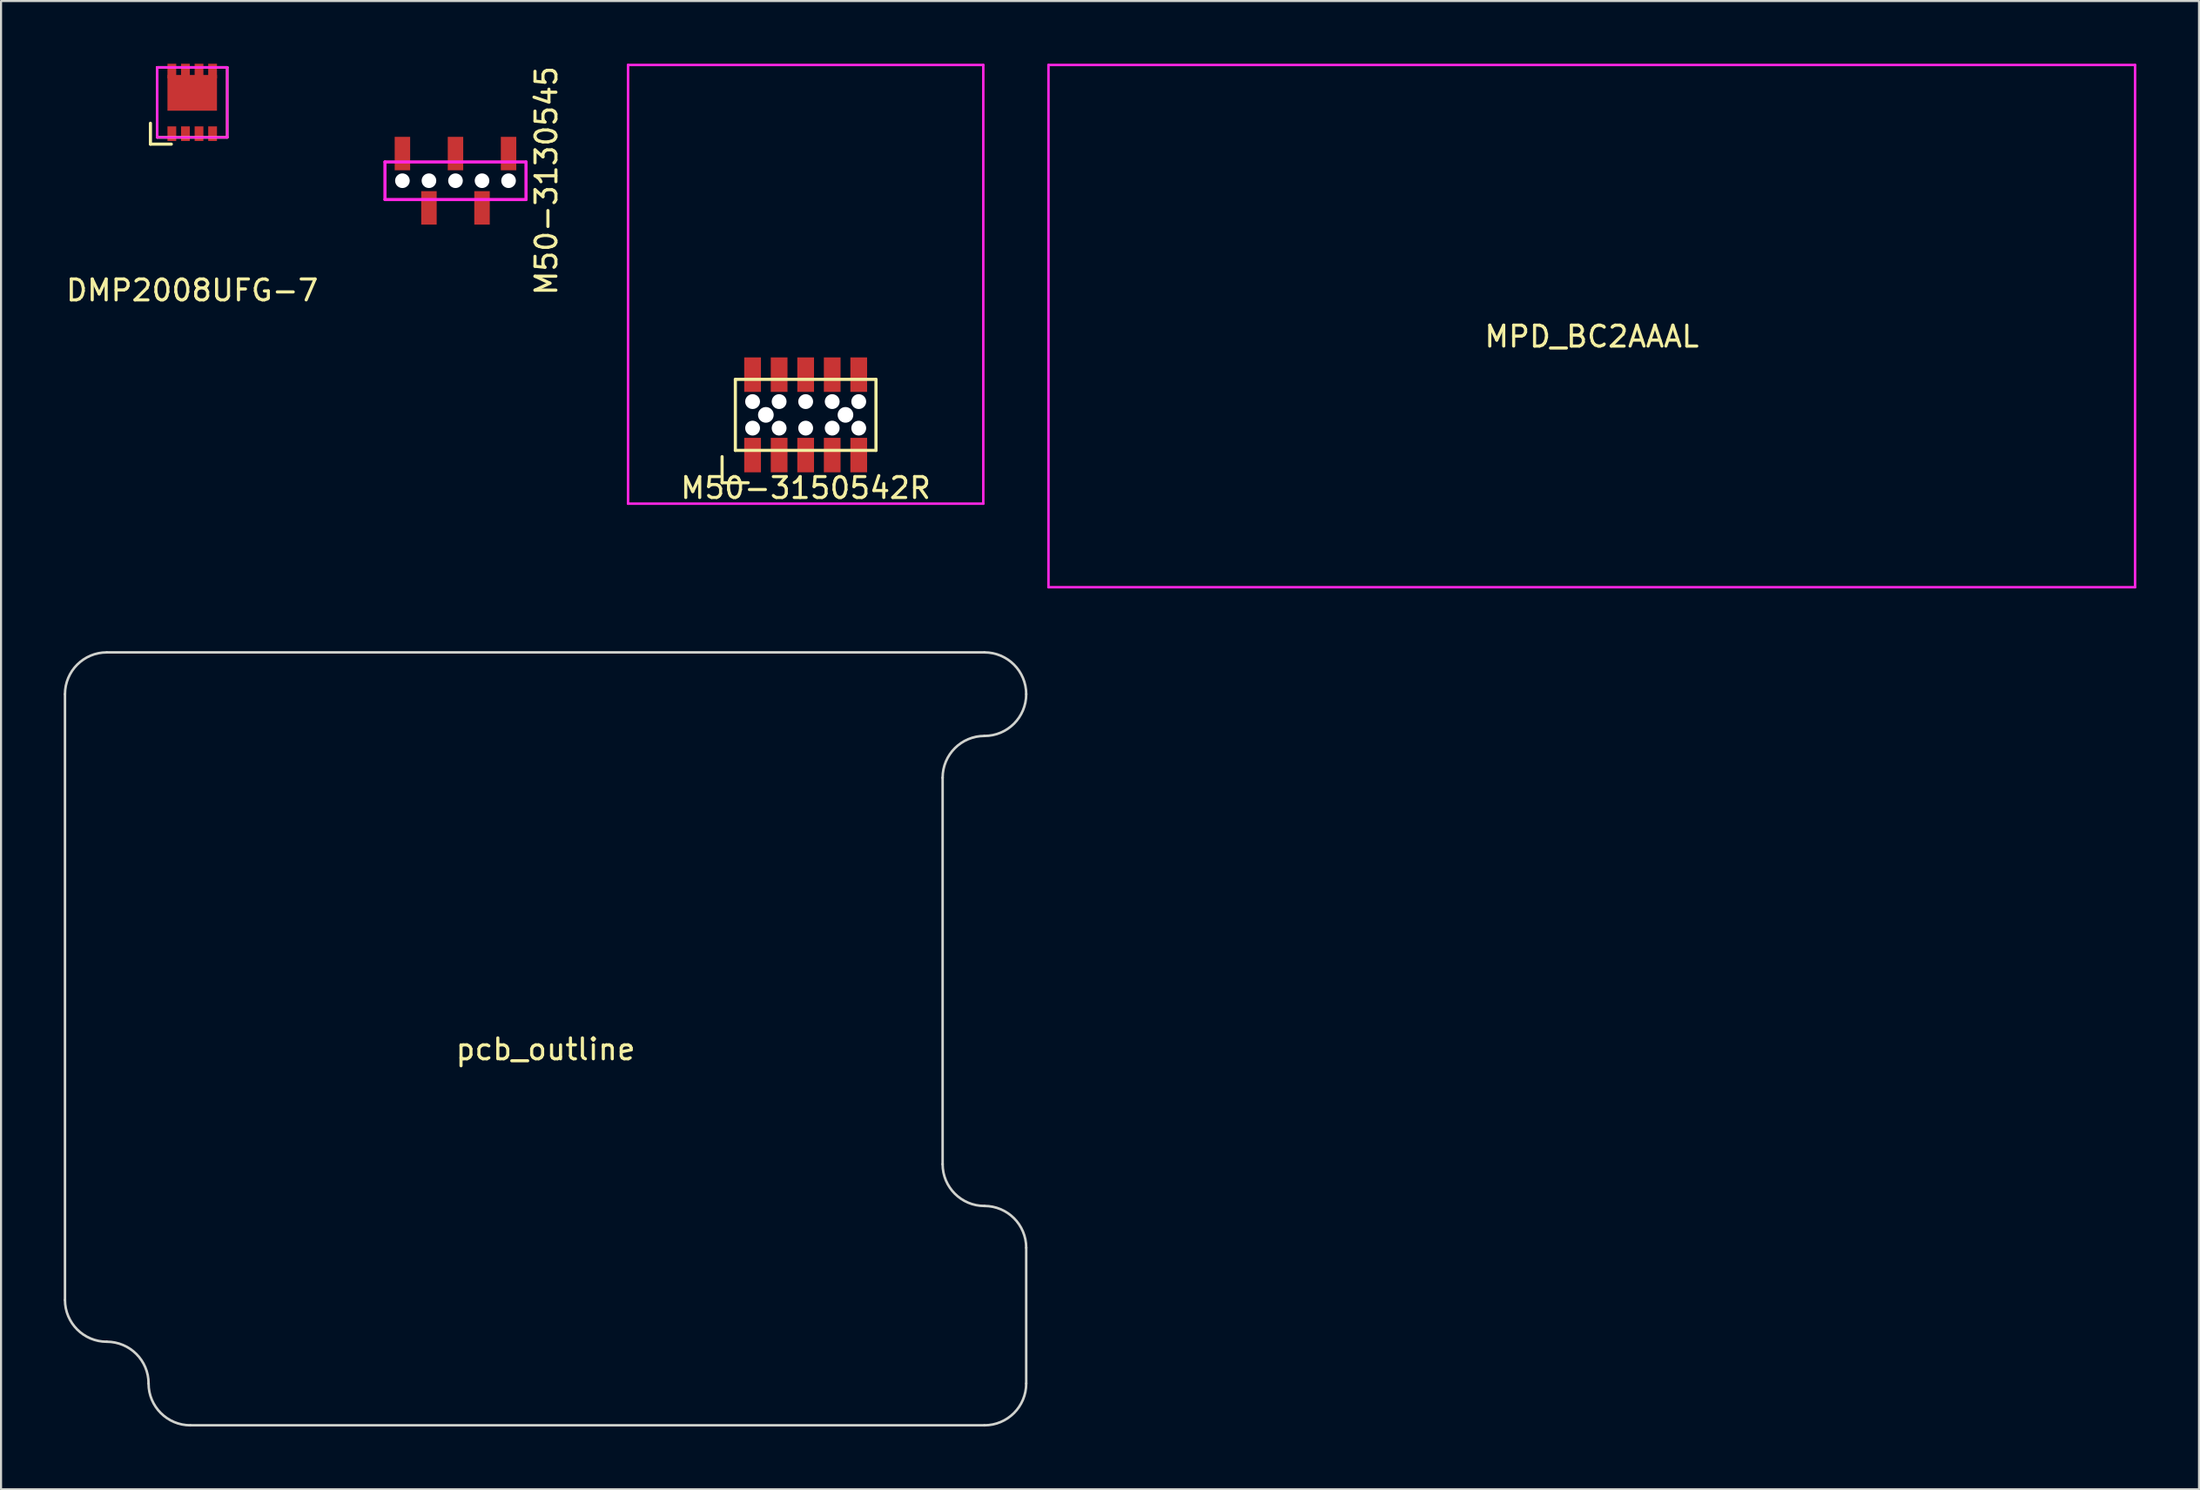
<source format=kicad_pcb>
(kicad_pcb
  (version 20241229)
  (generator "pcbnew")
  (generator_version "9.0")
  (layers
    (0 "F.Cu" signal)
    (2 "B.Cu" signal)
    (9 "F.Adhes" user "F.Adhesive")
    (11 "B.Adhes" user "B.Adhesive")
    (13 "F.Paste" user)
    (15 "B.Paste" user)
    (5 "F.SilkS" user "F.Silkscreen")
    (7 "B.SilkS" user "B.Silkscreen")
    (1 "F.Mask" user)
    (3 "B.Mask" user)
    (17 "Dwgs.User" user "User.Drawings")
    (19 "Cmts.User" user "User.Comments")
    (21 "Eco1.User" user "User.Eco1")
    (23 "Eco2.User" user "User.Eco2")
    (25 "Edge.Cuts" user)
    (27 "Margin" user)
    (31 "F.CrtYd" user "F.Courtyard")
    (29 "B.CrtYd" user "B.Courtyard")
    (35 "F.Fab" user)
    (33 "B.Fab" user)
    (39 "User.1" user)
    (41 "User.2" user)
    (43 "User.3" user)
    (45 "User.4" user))
  (footprint "pcb_outline"
    (layer "F.Cu")
    (at 23.06 46.68)
    (property "Reference" "pcb_outline" (at 0 0.5 0) (layer "F.SilkS") (effects (font (size 1 1) (thickness 0.15))))
    (attr through_hole)
    (fp_line (start -23 12.5) (end -23 -16.5) (stroke (width 0.12) (type solid)) (layer "Edge.Cuts"))
    (fp_line (start -21 -18.5) (end 21 -18.5) (stroke (width 0.12) (type solid)) (layer "Edge.Cuts"))
    (fp_line (start 19 -12.5) (end 19 6) (stroke (width 0.12) (type solid)) (layer "Edge.Cuts"))
    (fp_line (start 21 18.5) (end -17 18.5) (stroke (width 0.12) (type solid)) (layer "Edge.Cuts"))
    (fp_line (start 23 10) (end 23 16.5) (stroke (width 0.12) (type solid)) (layer "Edge.Cuts"))
    (fp_arc (start -23 -16.5) (mid -22.414214 -17.914214) (end -21 -18.5) (stroke (width 0.12) (type solid)) (layer "Edge.Cuts"))
    (fp_arc (start -21 14.5) (mid -22.414214 13.914214) (end -23 12.5) (stroke (width 0.12) (type solid)) (layer "Edge.Cuts"))
    (fp_arc (start -21 14.5) (mid -19.585786 15.085786) (end -19 16.5) (stroke (width 0.12) (type solid)) (layer "Edge.Cuts"))
    (fp_arc (start -17 18.5) (mid -18.414214 17.914214) (end -19 16.5) (stroke (width 0.12) (type solid)) (layer "Edge.Cuts"))
    (fp_arc (start 19 -12.5) (mid 19.585786 -13.914214) (end 21 -14.5) (stroke (width 0.12) (type solid)) (layer "Edge.Cuts"))
    (fp_arc (start 21 -18.5) (mid 22.414214 -17.914214) (end 23 -16.5) (stroke (width 0.12) (type solid)) (layer "Edge.Cuts"))
    (fp_arc (start 21 8) (mid 19.585786 7.414214) (end 19 6) (stroke (width 0.12) (type solid)) (layer "Edge.Cuts"))
    (fp_arc (start 21 8) (mid 22.414214 8.585786) (end 23 10) (stroke (width 0.12) (type solid)) (layer "Edge.Cuts"))
    (fp_arc (start 23 -16.5) (mid 22.414214 -15.085786) (end 21 -14.5) (stroke (width 0.12) (type solid)) (layer "Edge.Cuts"))
    (fp_arc (start 23 16.5) (mid 22.414214 17.914214) (end 21 18.5) (stroke (width 0.12) (type solid)) (layer "Edge.Cuts")))
  (footprint "M50-3150542R"
    (layer "F.Cu")
    (at 35.506 16.81)
    (property "Reference" "M50-3150542R" (at 0 3.5 0) (layer "F.SilkS") (effects (font (size 1 1) (thickness 0.15))))
    (attr through_hole)
    (fp_line (start -4 2) (end -4 3.25) (stroke (width 0.15) (type solid)) (layer "F.SilkS"))
    (fp_line (start -4 3.25) (end -2.75 3.25) (stroke (width 0.15) (type solid)) (layer "F.SilkS"))
    (fp_line (start -3.365 -1.7) (end -3.365 1.7) (stroke (width 0.15) (type solid)) (layer "F.SilkS"))
    (fp_line (start -3.365 -1.7) (end 3.365 -1.7) (stroke (width 0.15) (type solid)) (layer "F.SilkS"))
    (fp_line (start -3.365 1.7) (end 3.365 1.7) (stroke (width 0.15) (type solid)) (layer "F.SilkS"))
    (fp_line (start 3.365 -1.7) (end 3.365 1.7) (stroke (width 0.15) (type solid)) (layer "F.SilkS"))
    (fp_line (start -8.5 4.25) (end -8.5 -16.75) (stroke (width 0.12) (type solid)) (layer "F.CrtYd"))
    (fp_line (start -8.5 4.25) (end 8.5 4.25) (stroke (width 0.12) (type solid)) (layer "F.CrtYd"))
    (fp_line (start 8.5 -16.75) (end -8.5 -16.75) (stroke (width 0.12) (type solid)) (layer "F.CrtYd"))
    (fp_line (start 8.5 4.25) (end 8.5 -16.75) (stroke (width 0.12) (type solid)) (layer "F.CrtYd"))
    (pad "" np_thru_hole circle (at -2.54 -0.635) (size 0.71 0.71) (drill 0.71) (layers "*.Cu" "*.Mask"))
    (pad "" np_thru_hole circle (at -2.54 0.635) (size 0.71 0.71) (drill 0.71) (layers "*.Cu" "*.Mask"))
    (pad "" np_thru_hole circle (at -1.905 0) (size 0.75 0.75) (drill 0.75) (layers "*.Cu" "*.Mask"))
    (pad "" np_thru_hole circle (at -1.27 -0.635) (size 0.71 0.71) (drill 0.71) (layers "*.Cu" "*.Mask"))
    (pad "" np_thru_hole circle (at -1.27 0.635) (size 0.71 0.71) (drill 0.71) (layers "*.Cu" "*.Mask"))
    (pad "" np_thru_hole circle (at 0 -0.635) (size 0.71 0.71) (drill 0.71) (layers "*.Cu" "*.Mask"))
    (pad "" np_thru_hole circle (at 0 0.635) (size 0.71 0.71) (drill 0.71) (layers "*.Cu" "*.Mask"))
    (pad "" np_thru_hole circle (at 1.27 -0.635) (size 0.71 0.71) (drill 0.71) (layers "*.Cu" "*.Mask"))
    (pad "" np_thru_hole circle (at 1.27 0.635) (size 0.71 0.71) (drill 0.71) (layers "*.Cu" "*.Mask"))
    (pad "" np_thru_hole circle (at 1.905 0) (size 0.75 0.75) (drill 0.75) (layers "*.Cu" "*.Mask"))
    (pad "" np_thru_hole circle (at 2.54 -0.635) (size 0.71 0.71) (drill 0.71) (layers "*.Cu" "*.Mask"))
    (pad "" np_thru_hole circle (at 2.54 0.635) (size 0.71 0.71) (drill 0.71) (layers "*.Cu" "*.Mask"))
    (pad "1" smd rect (at -2.54 1.925) (size 0.8 1.65) (layers "F.Cu" "F.Mask" "F.Paste"))
    (pad "2" smd rect (at -2.54 -1.925) (size 0.8 1.65) (layers "F.Cu" "F.Mask" "F.Paste"))
    (pad "3" smd rect (at -1.27 1.925) (size 0.8 1.65) (layers "F.Cu" "F.Mask" "F.Paste"))
    (pad "4" smd rect (at -1.27 -1.925) (size 0.8 1.65) (layers "F.Cu" "F.Mask" "F.Paste"))
    (pad "5" smd rect (at 0 1.925) (size 0.8 1.65) (layers "F.Cu" "F.Mask" "F.Paste"))
    (pad "6" smd rect (at 0 -1.925) (size 0.8 1.65) (layers "F.Cu" "F.Mask" "F.Paste"))
    (pad "7" smd rect (at 1.27 1.925) (size 0.8 1.65) (layers "F.Cu" "F.Mask" "F.Paste"))
    (pad "8" smd rect (at 1.27 -1.925) (size 0.8 1.65) (layers "F.Cu" "F.Mask" "F.Paste"))
    (pad "9" smd rect (at 2.54 1.925) (size 0.8 1.65) (layers "F.Cu" "F.Mask" "F.Paste"))
    (pad "10" smd rect (at 2.54 -1.925) (size 0.8 1.65) (layers "F.Cu" "F.Mask" "F.Paste")))
  (footprint "DMP2008UFG-7"
    (layer "F.Cu")
    (at 6.149 1.85)
    (property "Reference" "DMP2008UFG-7" (at 0 9 0) (layer "F.SilkS") (effects (font (size 1 1) (thickness 0.15))))
    (attr through_hole)
    (fp_line (start -2 1) (end -2 2) (stroke (width 0.15) (type solid)) (layer "F.SilkS"))
    (fp_line (start -2 2) (end -1 2) (stroke (width 0.15) (type solid)) (layer "F.SilkS"))
    (fp_line (start -1.675 -1.675) (end 1.675 -1.675) (stroke (width 0.12) (type solid)) (layer "F.SilkS"))
    (fp_line (start -1.675 1.675) (end -1.675 -1.675) (stroke (width 0.12) (type solid)) (layer "F.SilkS"))
    (fp_line (start -1.675 1.675) (end 1.675 1.675) (stroke (width 0.12) (type solid)) (layer "F.SilkS"))
    (fp_line (start 1.675 -1.675) (end 1.675 1.675) (stroke (width 0.12) (type solid)) (layer "F.SilkS"))
    (fp_line (start -1.675 -1.675) (end 1.675 -1.675) (stroke (width 0.12) (type solid)) (layer "F.CrtYd"))
    (fp_line (start -1.675 1.675) (end -1.675 -1.675) (stroke (width 0.12) (type solid)) (layer "F.CrtYd"))
    (fp_line (start -1.675 1.675) (end 1.675 1.675) (stroke (width 0.12) (type solid)) (layer "F.CrtYd"))
    (fp_line (start 1.675 -1.675) (end 1.675 1.675) (stroke (width 0.12) (type solid)) (layer "F.CrtYd"))
    (pad "1" smd rect (at -0.975 1.5) (size 0.42 0.7) (layers "F.Cu" "F.Mask" "F.Paste"))
    (pad "2" smd rect (at -0.325 1.5) (size 0.42 0.7) (layers "F.Cu" "F.Mask" "F.Paste"))
    (pad "3" smd rect (at 0.325 1.5) (size 0.42 0.7) (layers "F.Cu" "F.Mask" "F.Paste"))
    (pad "4" smd rect (at 0.975 1.5) (size 0.42 0.7) (layers "F.Cu" "F.Mask" "F.Paste"))
    (pad "5" smd rect (at 0.975 -1.5) (size 0.42 0.7) (layers "F.Cu" "F.Mask" "F.Paste"))
    (pad "6" smd rect (at 0.325 -1.5) (size 0.42 0.7) (layers "F.Cu" "F.Mask" "F.Paste"))
    (pad "7" smd rect (at -0.325 -1.5) (size 0.42 0.7) (layers "F.Cu" "F.Mask" "F.Paste"))
    (pad "8" smd rect (at -0.975 -1.5) (size 0.42 0.7) (layers "F.Cu" "F.Mask" "F.Paste"))
    (pad "8" smd rect (at 0 -0.455) (size 2.37 1.71) (layers "F.Cu" "F.Mask" "F.Paste")))
  (footprint "MPD_BC2AAAL"
    (layer "F.Cu")
    (at 73.126 12.56)
    (property "Reference" "MPD_BC2AAAL" (at 0 0.5 0) (layer "F.SilkS") (effects (font (size 1 1) (thickness 0.15))))
    (attr through_hole)
    (fp_line (start -26 -12.5) (end 26 -12.5) (stroke (width 0.12) (type solid)) (layer "F.CrtYd"))
    (fp_line (start -26 12.5) (end -26 -12.5) (stroke (width 0.12) (type solid)) (layer "F.CrtYd"))
    (fp_line (start -26 12.5) (end 26 12.5) (stroke (width 0.12) (type solid)) (layer "F.CrtYd"))
    (fp_line (start 26 -12.5) (end 26 12.5) (stroke (width 0.12) (type solid)) (layer "F.CrtYd")))
  (footprint "M50-3130545"
    (layer "F.Cu")
    (at 18.748 5.601)
    (property "Reference" "M50-3130545" (at 4.35 0 90) (layer "F.SilkS") (effects (font (size 1 1) (thickness 0.15))))
    (attr through_hole)
    (fp_line (start -3.375 -0.9) (end -3.375 0.9) (stroke (width 0.15) (type solid)) (layer "F.CrtYd"))
    (fp_line (start -3.375 0.9) (end 3.375 0.9) (stroke (width 0.15) (type solid)) (layer "F.CrtYd"))
    (fp_line (start 3.375 -0.9) (end -3.375 -0.9) (stroke (width 0.15) (type solid)) (layer "F.CrtYd"))
    (fp_line (start 3.375 0.9) (end 3.375 -0.9) (stroke (width 0.15) (type solid)) (layer "F.CrtYd"))
    (pad "" np_thru_hole circle (at -2.54 0) (size 0.7 0.7) (drill 0.7) (layers "*.Cu" "*.Mask"))
    (pad "" np_thru_hole circle (at -1.27 0) (size 0.7 0.7) (drill 0.7) (layers "*.Cu" "*.Mask"))
    (pad "" np_thru_hole circle (at 0 0) (size 0.7 0.7) (drill 0.7) (layers "*.Cu" "*.Mask"))
    (pad "" np_thru_hole circle (at 1.27 0) (size 0.7 0.7) (drill 0.7) (layers "*.Cu" "*.Mask"))
    (pad "" np_thru_hole circle (at 2.54 0) (size 0.7 0.7) (drill 0.7) (layers "*.Cu" "*.Mask"))
    (pad "1" smd rect (at -2.54 -1.3) (size 0.74 1.6) (layers "F.Cu" "F.Mask" "F.Paste"))
    (pad "2" smd rect (at -1.27 1.3) (size 0.74 1.6) (layers "F.Cu" "F.Mask" "F.Paste"))
    (pad "3" smd rect (at 0 -1.3) (size 0.74 1.6) (layers "F.Cu" "F.Mask" "F.Paste"))
    (pad "4" smd rect (at 1.27 1.3) (size 0.74 1.6) (layers "F.Cu" "F.Mask" "F.Paste"))
    (pad "5" smd rect (at 2.54 -1.3) (size 0.74 1.6) (layers "F.Cu" "F.Mask" "F.Paste")))
  (gr_rect
    (start -3 -3)
    (end 102.186 68.24)
    (stroke (width 0.1) (type default))
    (fill no)
    (layer "Edge.Cuts")))
</source>
